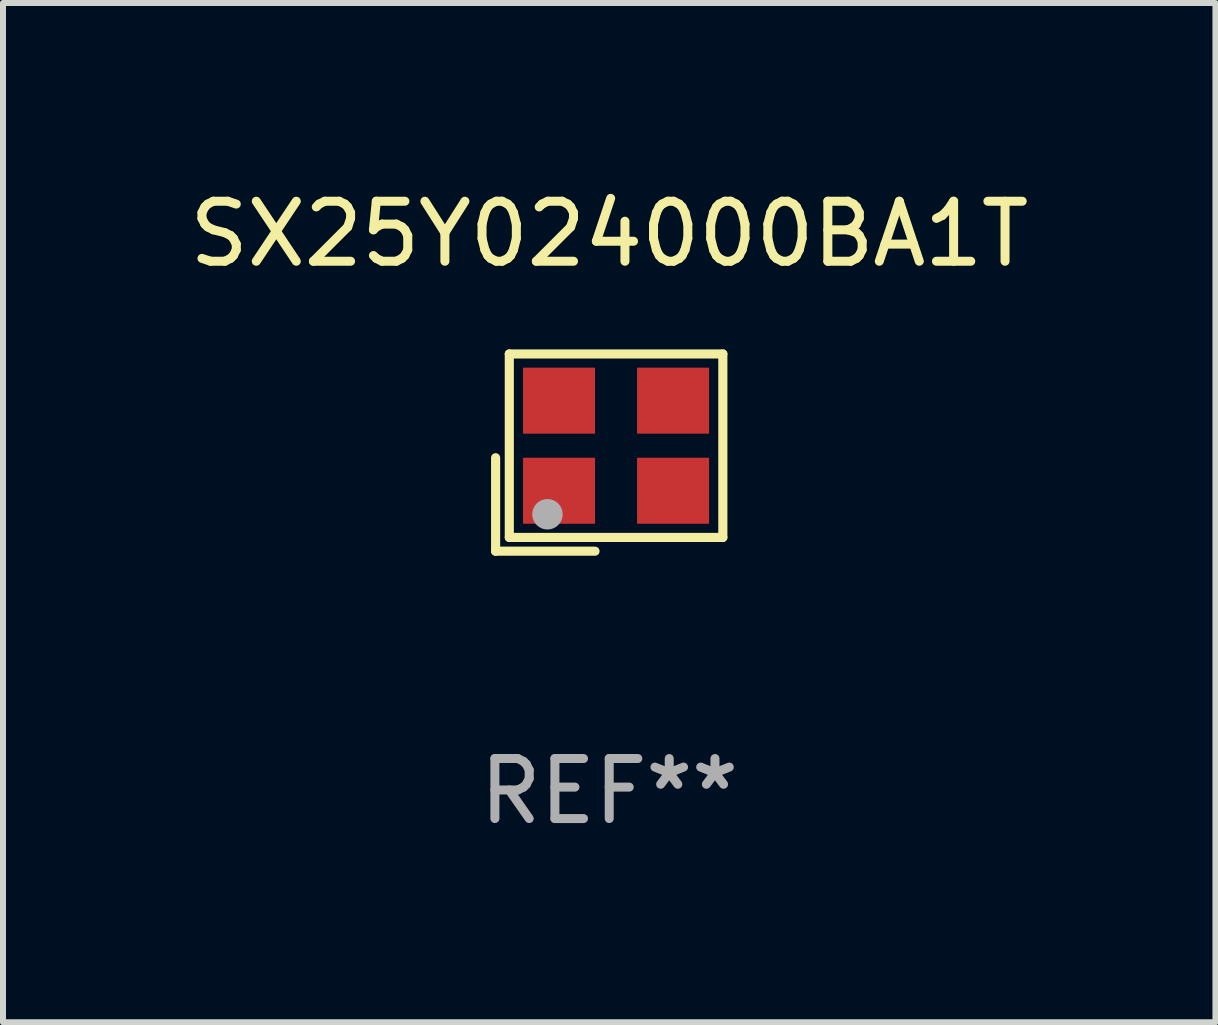
<source format=kicad_pcb>
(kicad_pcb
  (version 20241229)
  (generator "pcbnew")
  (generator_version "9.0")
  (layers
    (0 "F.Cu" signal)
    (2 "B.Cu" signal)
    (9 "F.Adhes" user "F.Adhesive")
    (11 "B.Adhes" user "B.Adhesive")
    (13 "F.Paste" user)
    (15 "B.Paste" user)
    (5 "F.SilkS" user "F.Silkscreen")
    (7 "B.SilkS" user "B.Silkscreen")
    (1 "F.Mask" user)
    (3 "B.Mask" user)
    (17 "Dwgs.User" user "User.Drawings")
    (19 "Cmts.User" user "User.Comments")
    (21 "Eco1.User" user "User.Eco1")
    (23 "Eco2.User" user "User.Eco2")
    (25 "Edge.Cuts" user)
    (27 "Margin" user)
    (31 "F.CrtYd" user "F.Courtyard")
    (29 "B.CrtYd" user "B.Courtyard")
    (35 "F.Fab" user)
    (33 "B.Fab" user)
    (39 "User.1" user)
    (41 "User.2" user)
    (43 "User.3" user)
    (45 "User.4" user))
  (footprint "SX25Y024000BA1T"
    (layer "F.Cu")
    (at 7.101 4.491)
    (property "Reference" "SX25Y024000BA1T" (at 0 -3.643 0) (layer "F.SilkS") (effects (font (size 1 1) (thickness 0.15))))
    (attr through_hole)
    (fp_line (start -1.893 0.086) (end -1.893 1.643) (stroke (width 0.152) (type solid)) (layer "F.SilkS"))
    (fp_line (start -1.893 1.643) (end -0.237 1.643) (stroke (width 0.152) (type solid)) (layer "F.SilkS"))
    (fp_line (start -1.665 -1.643) (end 1.893 -1.643) (stroke (width 0.152) (type solid)) (layer "F.SilkS"))
    (fp_line (start -1.665 1.414) (end -1.665 -1.643) (stroke (width 0.152) (type solid)) (layer "F.SilkS"))
    (fp_line (start 1.893 -1.643) (end 1.893 1.414) (stroke (width 0.152) (type solid)) (layer "F.SilkS"))
    (fp_line (start 1.893 1.414) (end -1.665 1.414) (stroke (width 0.152) (type solid)) (layer "F.SilkS"))
    (fp_circle (center -1.136 0.885) (end -1.106 0.885) (stroke (width 0.06) (type solid)) (fill no) (layer "F.SilkS"))
    (fp_circle (center -1.029 1.028) (end -0.902 1.028) (stroke (width 0.254) (type solid)) (fill no) (layer "F.Fab"))
    (fp_text user "REF**" (at 0 5.643 0) (layer "F.Fab") (effects (font (size 1 1) (thickness 0.15))))
    (pad "1" smd rect (at -0.836 0.636) (size 1.2 1.1) (layers "F.Cu" "F.Mask" "F.Paste"))
    (pad "2" smd rect (at 1.064 0.636) (size 1.2 1.1) (layers "F.Cu" "F.Mask" "F.Paste"))
    (pad "3" smd rect (at 1.064 -0.865) (size 1.2 1.1) (layers "F.Cu" "F.Mask" "F.Paste"))
    (pad "4" smd rect (at -0.836 -0.865) (size 1.2 1.1) (layers "F.Cu" "F.Mask" "F.Paste")))
  (gr_rect
    (start -3 -3)
    (end 17.202 13.983)
    (stroke (width 0.1) (type default))
    (fill no)
    (layer "Edge.Cuts")))
</source>
